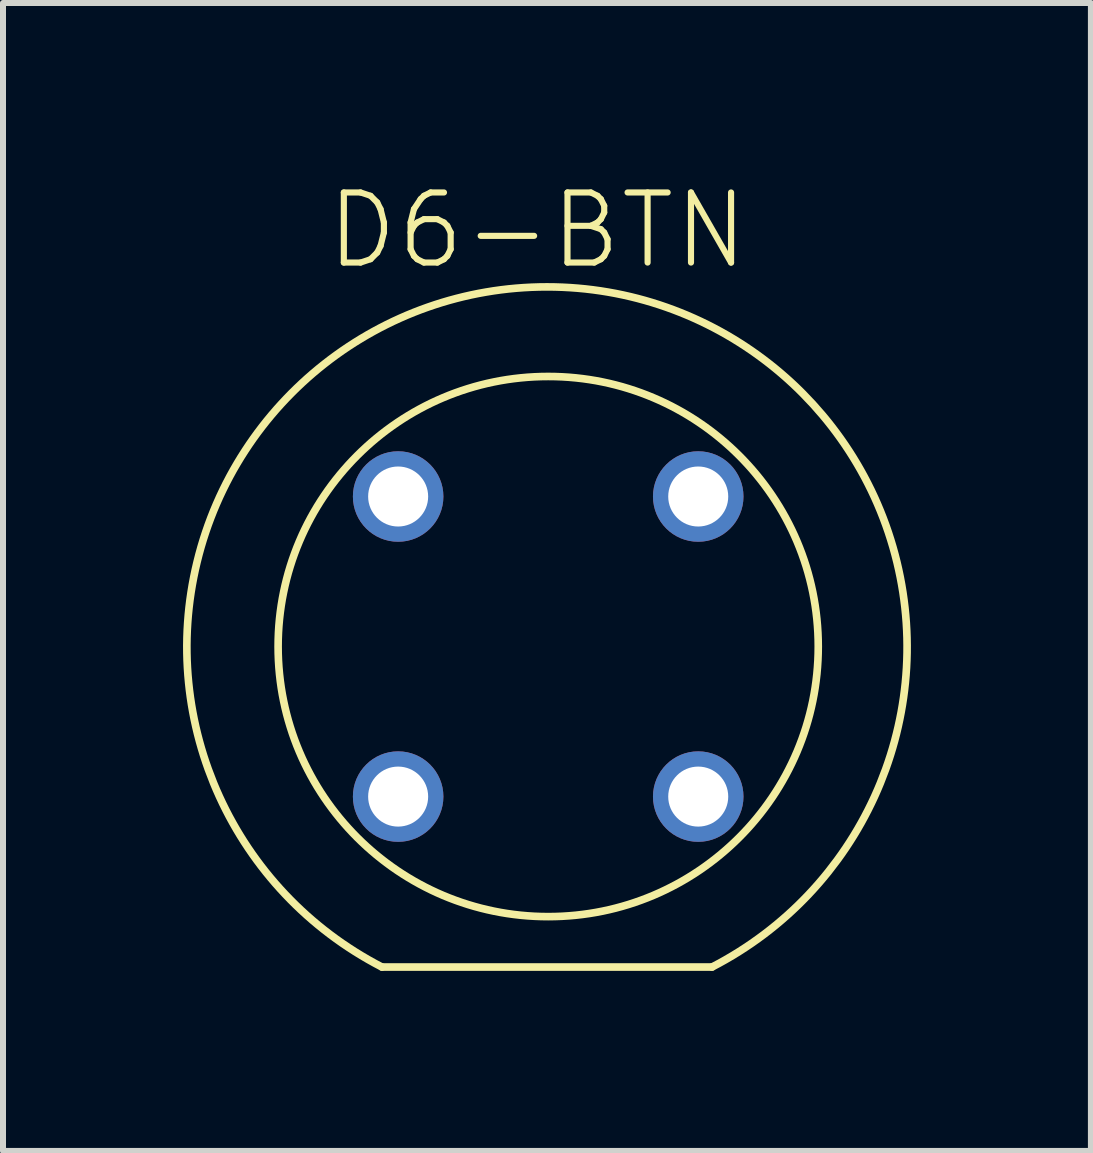
<source format=kicad_pcb>
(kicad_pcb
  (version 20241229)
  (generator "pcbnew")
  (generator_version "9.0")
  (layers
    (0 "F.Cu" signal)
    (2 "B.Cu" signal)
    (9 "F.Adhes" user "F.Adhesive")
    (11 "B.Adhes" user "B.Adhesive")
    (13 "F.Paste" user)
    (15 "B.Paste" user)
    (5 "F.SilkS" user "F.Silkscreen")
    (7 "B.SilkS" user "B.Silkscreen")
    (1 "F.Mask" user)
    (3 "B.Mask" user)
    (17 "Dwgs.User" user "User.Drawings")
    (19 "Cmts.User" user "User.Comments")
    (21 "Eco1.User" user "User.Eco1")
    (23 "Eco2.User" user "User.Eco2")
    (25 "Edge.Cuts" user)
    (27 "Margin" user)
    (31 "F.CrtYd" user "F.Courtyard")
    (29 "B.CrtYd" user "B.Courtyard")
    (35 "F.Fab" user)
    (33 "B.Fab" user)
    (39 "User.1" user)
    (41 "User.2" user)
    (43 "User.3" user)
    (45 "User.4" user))
  (footprint "D6-BTN"
    (layer "F.Cu")
    (at 6.084 7.723)
    (property "Reference" "D6-BTN" (at -3.75 -6.25 0) (layer "F.SilkS") (effects (font (size 1.168 1.168) (thickness 0.102)) (justify left bottom)))
    (fp_line (start 2.73 5.34) (end -2.77 5.34) (stroke (width 0.127) (type solid)) (layer "F.SilkS"))
    (fp_arc (start -2.77 5.34) (mid -0.02 -5.992689) (end 2.730001 5.34) (stroke (width 0.127) (type solid)) (layer "F.SilkS"))
    (fp_circle (center 0 0) (end 4.5 0) (stroke (width 0.127) (type solid)) (fill no) (layer "F.SilkS"))
    (pad "A1" thru_hole circle (at -2.5 -2.5) (size 1.508 1.508) (drill 1) (layers "*.Cu" "*.Mask"))
    (pad "A2" thru_hole circle (at -2.5 2.5) (size 1.508 1.508) (drill 1) (layers "*.Cu" "*.Mask"))
    (pad "B1" thru_hole circle (at 2.5 -2.5) (size 1.508 1.508) (drill 1) (layers "*.Cu" "*.Mask"))
    (pad "B2" thru_hole circle (at 2.5 2.5) (size 1.508 1.508) (drill 1) (layers "*.Cu" "*.Mask")))
  (gr_rect
    (start -3 -3)
    (end 15.127 16.127)
    (stroke (width 0.1) (type default))
    (fill no)
    (layer "Edge.Cuts")))
</source>
